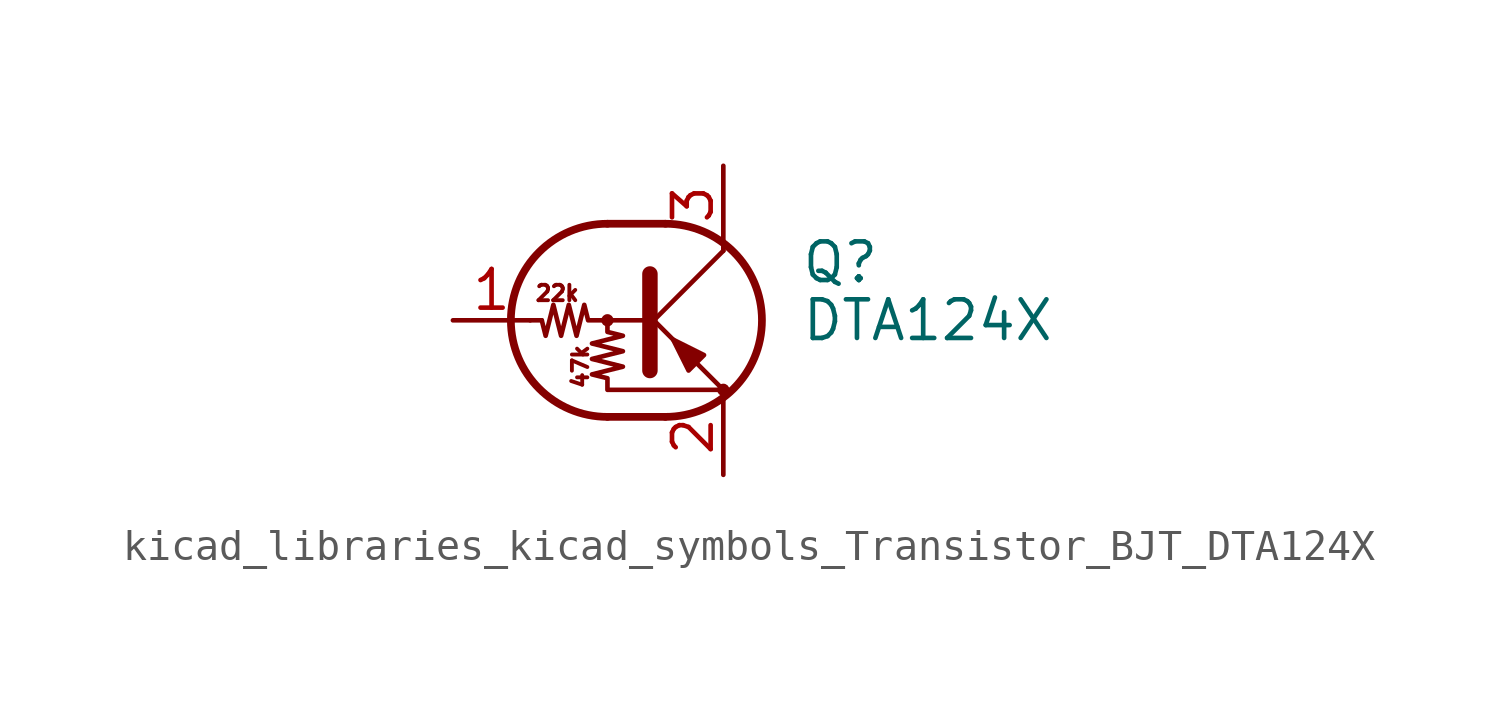
<source format=kicad_sym>
(kicad_symbol_lib
  (version 20220914)
  (generator kicad_symbol_editor)
  (symbol "kicad_libraries_kicad_symbols_Transistor_BJT_DTA124X"
    (pin_names
      (offset 0) hide)
    (property "Reference" "Q"
      (at 5.08 1.905 0)
      (effects (font (size 1.27 1.27)) (justify left)))
    (property "Value" "DTA124X"
      (at 5.08 0 0)
      (effects (font (size 1.27 1.27)) (justify left)))
    (symbol "kicad_libraries_kicad_symbols_Transistor_BJT_DTA124X_0_0"
      (text "22k" (at -2.921 0.889 0) (effects (font (size 0.508 0.508))))
      (text "47k" (at -2.159 -1.524 900) (effects (font (size 0.508 0.508)))))
    (symbol "kicad_libraries_kicad_symbols_Transistor_BJT_DTA124X_0_1"
      (circle (center -1.27 0) (radius 0.127) (stroke (width 0) (type default)) (fill (type none)))
      (arc (start -1.27 3.175) (mid -4.4312 0) (end -1.27 -3.175) (stroke (width 0.254) (type default)) (fill (type none)))
      (polyline (pts (xy -3.429 0) (xy -3.81 0)) (stroke (width 0) (type default)) (fill (type none)))
      (polyline (pts (xy -1.27 -3.175) (xy 0.635 -3.175)) (stroke (width 0.254) (type default)) (fill (type none)))
      (polyline (pts (xy -1.27 3.175) (xy 0.635 3.175)) (stroke (width 0.254) (type default)) (fill (type none)))
      (polyline (pts (xy 0 -0.254) (xy 2.54 2.286)) (stroke (width 0) (type default)) (fill (type none)))
      (polyline (pts (xy 0.127 1.524) (xy 0.127 -1.651)) (stroke (width 0.508) (type default)) (fill (type outline)))
      (polyline (pts (xy 2.54 2.286) (xy 2.54 2.54)) (stroke (width 0) (type default)) (fill (type none)))
      (polyline (pts (xy 2.54 -2.286) (xy 0 0.254) (xy 0 0.254)) (stroke (width 0) (type default)) (fill (type none)))
      (polyline (pts (xy 1.397 -1.651) (xy 1.905 -1.143) (xy 0.889 -0.635) (xy 1.397 -1.651)) (stroke (width 0) (type default)) (fill (type outline)))
      (polyline (pts (xy 0 0) (xy -1.905 0) (xy -2.032 0.508) (xy -2.286 -0.508) (xy -2.54 0.508) (xy -2.794 -0.508) (xy -3.048 0.508) (xy -3.302 -0.508) (xy -3.429 0)) (stroke (width 0) (type default)) (fill (type none)))
      (polyline (pts (xy -1.27 0) (xy -1.27 -0.381) (xy -0.762 -0.508) (xy -1.778 -0.762) (xy -0.762 -1.016) (xy -1.778 -1.27) (xy -0.762 -1.524) (xy -1.778 -1.778) (xy -1.27 -1.905) (xy -1.27 -2.286) (xy 2.54 -2.286)) (stroke (width 0) (type default)) (fill (type none)))
      (arc (start 0.635 -3.175) (mid 3.7962 0) (end 0.635 3.175) (stroke (width 0.254) (type default)) (fill (type none)))
      (circle (center 2.54 -2.286) (radius 0.127) (stroke (width 0) (type default)) (fill (type none))))
    (symbol "kicad_libraries_kicad_symbols_Transistor_BJT_DTA124X_1_1"
      (pin input line (at -6.35 0 0) (length 2.54) (name "B" (effects (font (size 1.27 1.27)))) (number "1" (effects (font (size 1.27 1.27)))))
      (pin passive line (at 2.54 -5.08 90) (length 2.54) (name "E" (effects (font (size 1.27 1.27)))) (number "2" (effects (font (size 1.27 1.27)))))
      (pin passive line (at 2.54 5.08 270) (length 2.54) (name "C" (effects (font (size 1.27 1.27)))) (number "3" (effects (font (size 1.27 1.27))))))))
</source>
